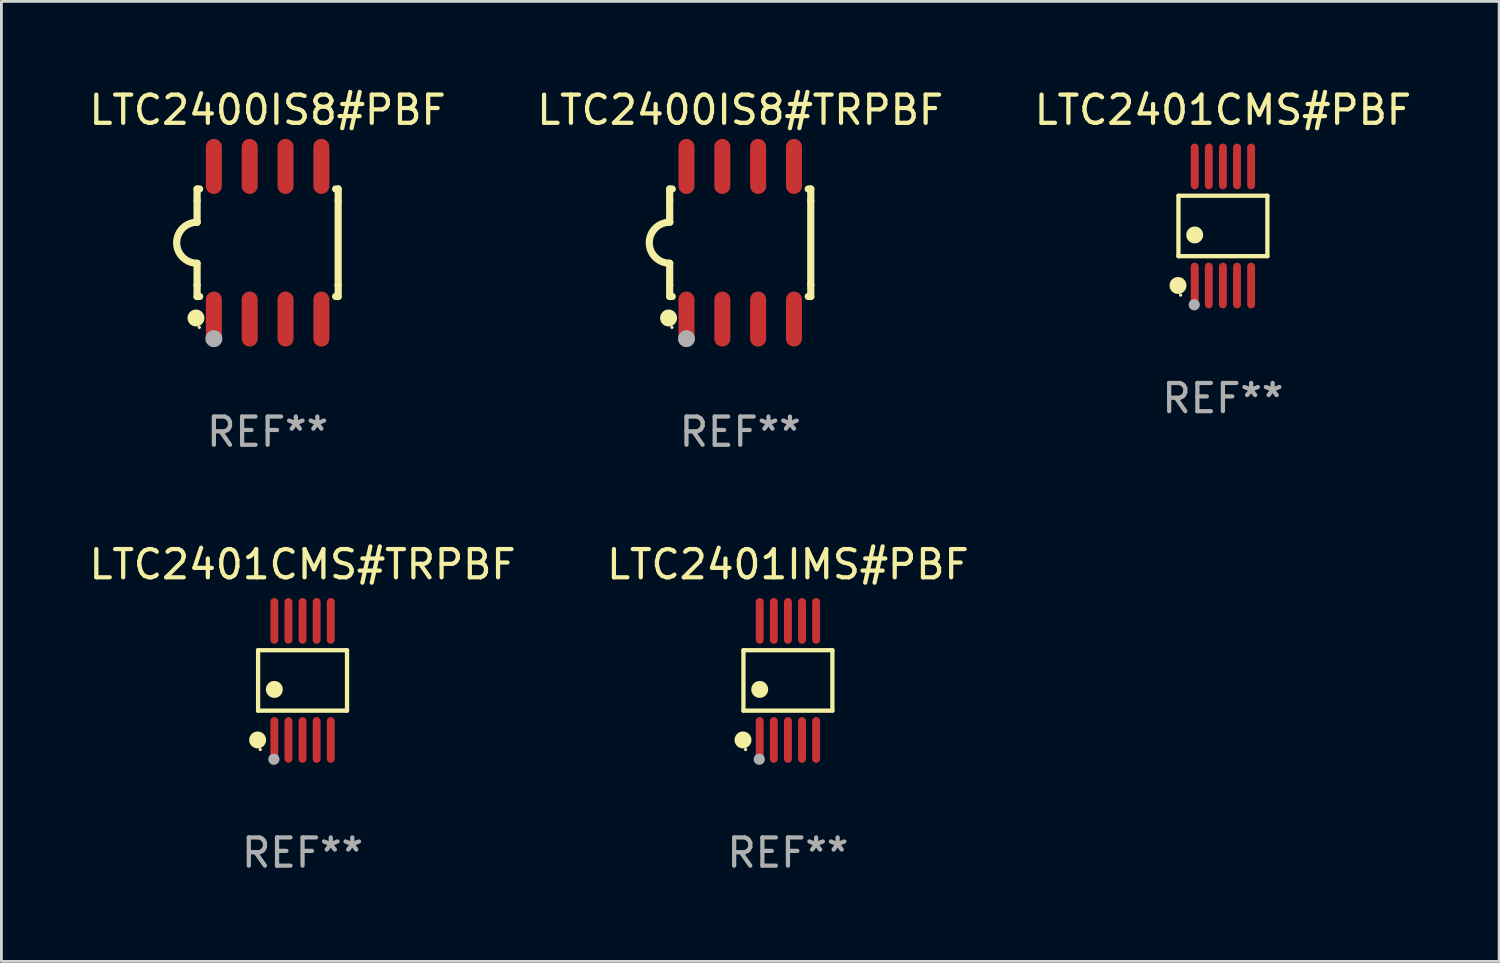
<source format=kicad_pcb>
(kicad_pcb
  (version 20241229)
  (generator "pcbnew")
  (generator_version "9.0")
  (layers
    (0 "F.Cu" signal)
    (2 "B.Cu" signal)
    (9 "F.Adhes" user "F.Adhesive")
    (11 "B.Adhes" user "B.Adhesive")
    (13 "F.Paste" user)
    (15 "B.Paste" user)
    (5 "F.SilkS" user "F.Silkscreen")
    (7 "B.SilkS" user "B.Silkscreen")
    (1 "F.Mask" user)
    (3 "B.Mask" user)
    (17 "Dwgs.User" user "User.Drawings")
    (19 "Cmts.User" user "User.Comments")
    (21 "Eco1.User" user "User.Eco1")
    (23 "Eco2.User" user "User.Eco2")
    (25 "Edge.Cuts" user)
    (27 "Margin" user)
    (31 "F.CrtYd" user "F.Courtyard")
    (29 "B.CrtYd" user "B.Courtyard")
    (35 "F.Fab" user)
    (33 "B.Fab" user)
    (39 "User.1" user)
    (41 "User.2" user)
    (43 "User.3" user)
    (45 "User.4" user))
  (footprint "LTC2401CMS#PBF"
    (layer "F.Cu")
    (at 40.292 4.958)
    (property "Reference" "LTC2401CMS#PBF" (at 0 -4.11 0) (layer "F.SilkS") (effects (font (size 1 1) (thickness 0.15))))
    (attr through_hole)
    (fp_line (start -1.576 -1.071) (end 1.576 -1.071) (stroke (width 0.152) (type solid)) (layer "F.SilkS"))
    (fp_line (start -1.576 1.071) (end -1.576 -1.071) (stroke (width 0.152) (type solid)) (layer "F.SilkS"))
    (fp_line (start 1.576 -1.071) (end 1.576 1.071) (stroke (width 0.152) (type solid)) (layer "F.SilkS"))
    (fp_line (start 1.576 1.071) (end -1.576 1.071) (stroke (width 0.152) (type solid)) (layer "F.SilkS"))
    (fp_circle (center -1.592 2.11) (end -1.442 2.11) (stroke (width 0.3) (type solid)) (fill no) (layer "F.SilkS"))
    (fp_circle (center -1.5 2.45) (end -1.47 2.45) (stroke (width 0.06) (type solid)) (fill no) (layer "F.SilkS"))
    (fp_circle (center -1 0.319) (end -0.85 0.319) (stroke (width 0.3) (type solid)) (fill no) (layer "F.SilkS"))
    (fp_circle (center -1.016 2.794) (end -0.916 2.794) (stroke (width 0.2) (type solid)) (fill no) (layer "F.Fab"))
    (fp_text user "REF**" (at 0 6.11 0) (layer "F.Fab") (effects (font (size 1 1) (thickness 0.15))))
    (pad "1" smd oval (at -1 2.11) (size 0.28 1.62) (layers "F.Cu" "F.Mask" "F.Paste"))
    (pad "2" smd oval (at -0.5 2.11) (size 0.28 1.62) (layers "F.Cu" "F.Mask" "F.Paste"))
    (pad "3" smd oval (at 0 2.11) (size 0.28 1.62) (layers "F.Cu" "F.Mask" "F.Paste"))
    (pad "4" smd oval (at 0.5 2.11) (size 0.28 1.62) (layers "F.Cu" "F.Mask" "F.Paste"))
    (pad "5" smd oval (at 1 2.11) (size 0.28 1.62) (layers "F.Cu" "F.Mask" "F.Paste"))
    (pad "6" smd oval (at 1 -2.11) (size 0.28 1.62) (layers "F.Cu" "F.Mask" "F.Paste"))
    (pad "7" smd oval (at 0.5 -2.11) (size 0.28 1.62) (layers "F.Cu" "F.Mask" "F.Paste"))
    (pad "8" smd oval (at 0 -2.11) (size 0.28 1.62) (layers "F.Cu" "F.Mask" "F.Paste"))
    (pad "9" smd oval (at -0.5 -2.11) (size 0.28 1.62) (layers "F.Cu" "F.Mask" "F.Paste"))
    (pad "10" smd oval (at -1 -2.11) (size 0.28 1.62) (layers "F.Cu" "F.Mask" "F.Paste")))
  (footprint "LTC2400IS8#PBF"
    (layer "F.Cu")
    (at 6.435 5.553)
    (property "Reference" "LTC2400IS8#PBF" (at 0 -4.705 0) (layer "F.SilkS") (effects (font (size 1 1) (thickness 0.15))))
    (attr through_hole)
    (fp_line (start -2.5 -1.905) (end -2.409 -1.905) (stroke (width 0.254) (type solid)) (layer "F.SilkS"))
    (fp_line (start -2.5 -1.5) (end -2.5 -1.905) (stroke (width 0.254) (type solid)) (layer "F.SilkS"))
    (fp_line (start -2.5 -1.5) (end -2.5 -0.726) (stroke (width 0.254) (type solid)) (layer "F.SilkS"))
    (fp_line (start -2.5 1.5) (end -2.5 0.727) (stroke (width 0.254) (type solid)) (layer "F.SilkS"))
    (fp_line (start -2.5 1.5) (end -2.5 1.905) (stroke (width 0.254) (type solid)) (layer "F.SilkS"))
    (fp_line (start -2.5 1.905) (end -2.409 1.905) (stroke (width 0.254) (type solid)) (layer "F.SilkS"))
    (fp_line (start 2.5 -1.905) (end 2.409 -1.905) (stroke (width 0.254) (type solid)) (layer "F.SilkS"))
    (fp_line (start 2.5 -1.5) (end 2.5 -1.905) (stroke (width 0.254) (type solid)) (layer "F.SilkS"))
    (fp_line (start 2.5 -1.5) (end 2.5 1.5) (stroke (width 0.254) (type solid)) (layer "F.SilkS"))
    (fp_line (start 2.5 1.5) (end 2.5 1.905) (stroke (width 0.254) (type solid)) (layer "F.SilkS"))
    (fp_line (start 2.5 1.905) (end 2.409 1.905) (stroke (width 0.254) (type solid)) (layer "F.SilkS"))
    (fp_arc (start -2.5 0.726568) (mid -3.220316 -0.0023) (end -2.495097 -0.726289) (stroke (width 0.254001) (type solid)) (layer "F.SilkS"))
    (fp_circle (center -2.54 2.667) (end -2.39 2.667) (stroke (width 0.3) (type solid)) (fill no) (layer "F.SilkS"))
    (fp_circle (center -2.42 3) (end -2.39 3) (stroke (width 0.06) (type solid)) (fill no) (layer "F.SilkS"))
    (fp_circle (center -1.905 3.4) (end -1.755 3.4) (stroke (width 0.3) (type solid)) (fill no) (layer "F.Fab"))
    (fp_text user "REF**" (at 0 6.705 0) (layer "F.Fab") (effects (font (size 1 1) (thickness 0.15))))
    (pad "1" smd oval (at -1.905 2.705) (size 0.568 1.95) (layers "F.Cu" "F.Mask" "F.Paste"))
    (pad "2" smd oval (at -0.635 2.705) (size 0.568 1.95) (layers "F.Cu" "F.Mask" "F.Paste"))
    (pad "3" smd oval (at 0.635 2.705) (size 0.568 1.95) (layers "F.Cu" "F.Mask" "F.Paste"))
    (pad "4" smd oval (at 1.905 2.705) (size 0.568 1.95) (layers "F.Cu" "F.Mask" "F.Paste"))
    (pad "5" smd oval (at 1.905 -2.705) (size 0.568 1.95) (layers "F.Cu" "F.Mask" "F.Paste"))
    (pad "6" smd oval (at 0.635 -2.705) (size 0.568 1.95) (layers "F.Cu" "F.Mask" "F.Paste"))
    (pad "7" smd oval (at -0.635 -2.705) (size 0.568 1.95) (layers "F.Cu" "F.Mask" "F.Paste"))
    (pad "8" smd oval (at -1.905 -2.705) (size 0.568 1.95) (layers "F.Cu" "F.Mask" "F.Paste")))
  (footprint "LTC2401IMS#PBF"
    (layer "F.Cu")
    (at 24.875 21.065)
    (property "Reference" "LTC2401IMS#PBF" (at 0 -4.11 0) (layer "F.SilkS") (effects (font (size 1 1) (thickness 0.15))))
    (attr through_hole)
    (fp_line (start -1.576 -1.071) (end 1.576 -1.071) (stroke (width 0.152) (type solid)) (layer "F.SilkS"))
    (fp_line (start -1.576 1.071) (end -1.576 -1.071) (stroke (width 0.152) (type solid)) (layer "F.SilkS"))
    (fp_line (start 1.576 -1.071) (end 1.576 1.071) (stroke (width 0.152) (type solid)) (layer "F.SilkS"))
    (fp_line (start 1.576 1.071) (end -1.576 1.071) (stroke (width 0.152) (type solid)) (layer "F.SilkS"))
    (fp_circle (center -1.592 2.11) (end -1.442 2.11) (stroke (width 0.3) (type solid)) (fill no) (layer "F.SilkS"))
    (fp_circle (center -1.5 2.45) (end -1.47 2.45) (stroke (width 0.06) (type solid)) (fill no) (layer "F.SilkS"))
    (fp_circle (center -1 0.319) (end -0.85 0.319) (stroke (width 0.3) (type solid)) (fill no) (layer "F.SilkS"))
    (fp_circle (center -1.016 2.794) (end -0.916 2.794) (stroke (width 0.2) (type solid)) (fill no) (layer "F.Fab"))
    (fp_text user "REF**" (at 0 6.11 0) (layer "F.Fab") (effects (font (size 1 1) (thickness 0.15))))
    (pad "1" smd oval (at -1 2.11) (size 0.28 1.62) (layers "F.Cu" "F.Mask" "F.Paste"))
    (pad "2" smd oval (at -0.5 2.11) (size 0.28 1.62) (layers "F.Cu" "F.Mask" "F.Paste"))
    (pad "3" smd oval (at 0 2.11) (size 0.28 1.62) (layers "F.Cu" "F.Mask" "F.Paste"))
    (pad "4" smd oval (at 0.5 2.11) (size 0.28 1.62) (layers "F.Cu" "F.Mask" "F.Paste"))
    (pad "5" smd oval (at 1 2.11) (size 0.28 1.62) (layers "F.Cu" "F.Mask" "F.Paste"))
    (pad "6" smd oval (at 1 -2.11) (size 0.28 1.62) (layers "F.Cu" "F.Mask" "F.Paste"))
    (pad "7" smd oval (at 0.5 -2.11) (size 0.28 1.62) (layers "F.Cu" "F.Mask" "F.Paste"))
    (pad "8" smd oval (at 0 -2.11) (size 0.28 1.62) (layers "F.Cu" "F.Mask" "F.Paste"))
    (pad "9" smd oval (at -0.5 -2.11) (size 0.28 1.62) (layers "F.Cu" "F.Mask" "F.Paste"))
    (pad "10" smd oval (at -1 -2.11) (size 0.28 1.62) (layers "F.Cu" "F.Mask" "F.Paste")))
  (footprint "LTC2401CMS#TRPBF"
    (layer "F.Cu")
    (at 7.673 21.065)
    (property "Reference" "LTC2401CMS#TRPBF" (at 0 -4.11 0) (layer "F.SilkS") (effects (font (size 1 1) (thickness 0.15))))
    (attr through_hole)
    (fp_line (start -1.576 -1.071) (end 1.576 -1.071) (stroke (width 0.152) (type solid)) (layer "F.SilkS"))
    (fp_line (start -1.576 1.071) (end -1.576 -1.071) (stroke (width 0.152) (type solid)) (layer "F.SilkS"))
    (fp_line (start 1.576 -1.071) (end 1.576 1.071) (stroke (width 0.152) (type solid)) (layer "F.SilkS"))
    (fp_line (start 1.576 1.071) (end -1.576 1.071) (stroke (width 0.152) (type solid)) (layer "F.SilkS"))
    (fp_circle (center -1.592 2.11) (end -1.442 2.11) (stroke (width 0.3) (type solid)) (fill no) (layer "F.SilkS"))
    (fp_circle (center -1.5 2.45) (end -1.47 2.45) (stroke (width 0.06) (type solid)) (fill no) (layer "F.SilkS"))
    (fp_circle (center -1 0.319) (end -0.85 0.319) (stroke (width 0.3) (type solid)) (fill no) (layer "F.SilkS"))
    (fp_circle (center -1.016 2.794) (end -0.916 2.794) (stroke (width 0.2) (type solid)) (fill no) (layer "F.Fab"))
    (fp_text user "REF**" (at 0 6.11 0) (layer "F.Fab") (effects (font (size 1 1) (thickness 0.15))))
    (pad "1" smd oval (at -1 2.11) (size 0.28 1.62) (layers "F.Cu" "F.Mask" "F.Paste"))
    (pad "2" smd oval (at -0.5 2.11) (size 0.28 1.62) (layers "F.Cu" "F.Mask" "F.Paste"))
    (pad "3" smd oval (at 0 2.11) (size 0.28 1.62) (layers "F.Cu" "F.Mask" "F.Paste"))
    (pad "4" smd oval (at 0.5 2.11) (size 0.28 1.62) (layers "F.Cu" "F.Mask" "F.Paste"))
    (pad "5" smd oval (at 1 2.11) (size 0.28 1.62) (layers "F.Cu" "F.Mask" "F.Paste"))
    (pad "6" smd oval (at 1 -2.11) (size 0.28 1.62) (layers "F.Cu" "F.Mask" "F.Paste"))
    (pad "7" smd oval (at 0.5 -2.11) (size 0.28 1.62) (layers "F.Cu" "F.Mask" "F.Paste"))
    (pad "8" smd oval (at 0 -2.11) (size 0.28 1.62) (layers "F.Cu" "F.Mask" "F.Paste"))
    (pad "9" smd oval (at -0.5 -2.11) (size 0.28 1.62) (layers "F.Cu" "F.Mask" "F.Paste"))
    (pad "10" smd oval (at -1 -2.11) (size 0.28 1.62) (layers "F.Cu" "F.Mask" "F.Paste")))
  (footprint "LTC2400IS8#TRPBF"
    (layer "F.Cu")
    (at 23.185 5.553)
    (property "Reference" "LTC2400IS8#TRPBF" (at 0 -4.705 0) (layer "F.SilkS") (effects (font (size 1 1) (thickness 0.15))))
    (attr through_hole)
    (fp_line (start -2.5 -1.905) (end -2.409 -1.905) (stroke (width 0.254) (type solid)) (layer "F.SilkS"))
    (fp_line (start -2.5 -1.5) (end -2.5 -1.905) (stroke (width 0.254) (type solid)) (layer "F.SilkS"))
    (fp_line (start -2.5 -1.5) (end -2.5 -0.726) (stroke (width 0.254) (type solid)) (layer "F.SilkS"))
    (fp_line (start -2.5 1.5) (end -2.5 0.727) (stroke (width 0.254) (type solid)) (layer "F.SilkS"))
    (fp_line (start -2.5 1.5) (end -2.5 1.905) (stroke (width 0.254) (type solid)) (layer "F.SilkS"))
    (fp_line (start -2.5 1.905) (end -2.409 1.905) (stroke (width 0.254) (type solid)) (layer "F.SilkS"))
    (fp_line (start 2.5 -1.905) (end 2.409 -1.905) (stroke (width 0.254) (type solid)) (layer "F.SilkS"))
    (fp_line (start 2.5 -1.5) (end 2.5 -1.905) (stroke (width 0.254) (type solid)) (layer "F.SilkS"))
    (fp_line (start 2.5 -1.5) (end 2.5 1.5) (stroke (width 0.254) (type solid)) (layer "F.SilkS"))
    (fp_line (start 2.5 1.5) (end 2.5 1.905) (stroke (width 0.254) (type solid)) (layer "F.SilkS"))
    (fp_line (start 2.5 1.905) (end 2.409 1.905) (stroke (width 0.254) (type solid)) (layer "F.SilkS"))
    (fp_arc (start -2.5 0.726568) (mid -3.220316 -0.0023) (end -2.495097 -0.726289) (stroke (width 0.254001) (type solid)) (layer "F.SilkS"))
    (fp_circle (center -2.54 2.667) (end -2.39 2.667) (stroke (width 0.3) (type solid)) (fill no) (layer "F.SilkS"))
    (fp_circle (center -2.42 3) (end -2.39 3) (stroke (width 0.06) (type solid)) (fill no) (layer "F.SilkS"))
    (fp_circle (center -1.905 3.4) (end -1.755 3.4) (stroke (width 0.3) (type solid)) (fill no) (layer "F.Fab"))
    (fp_text user "REF**" (at 0 6.705 0) (layer "F.Fab") (effects (font (size 1 1) (thickness 0.15))))
    (pad "1" smd oval (at -1.905 2.705) (size 0.568 1.95) (layers "F.Cu" "F.Mask" "F.Paste"))
    (pad "2" smd oval (at -0.635 2.705) (size 0.568 1.95) (layers "F.Cu" "F.Mask" "F.Paste"))
    (pad "3" smd oval (at 0.635 2.705) (size 0.568 1.95) (layers "F.Cu" "F.Mask" "F.Paste"))
    (pad "4" smd oval (at 1.905 2.705) (size 0.568 1.95) (layers "F.Cu" "F.Mask" "F.Paste"))
    (pad "5" smd oval (at 1.905 -2.705) (size 0.568 1.95) (layers "F.Cu" "F.Mask" "F.Paste"))
    (pad "6" smd oval (at 0.635 -2.705) (size 0.568 1.95) (layers "F.Cu" "F.Mask" "F.Paste"))
    (pad "7" smd oval (at -0.635 -2.705) (size 0.568 1.95) (layers "F.Cu" "F.Mask" "F.Paste"))
    (pad "8" smd oval (at -1.905 -2.705) (size 0.568 1.95) (layers "F.Cu" "F.Mask" "F.Paste")))
  (gr_rect
    (start -3 -3)
    (end 50.083 31.023)
    (stroke (width 0.1) (type default))
    (fill no)
    (layer "Edge.Cuts")))
</source>
